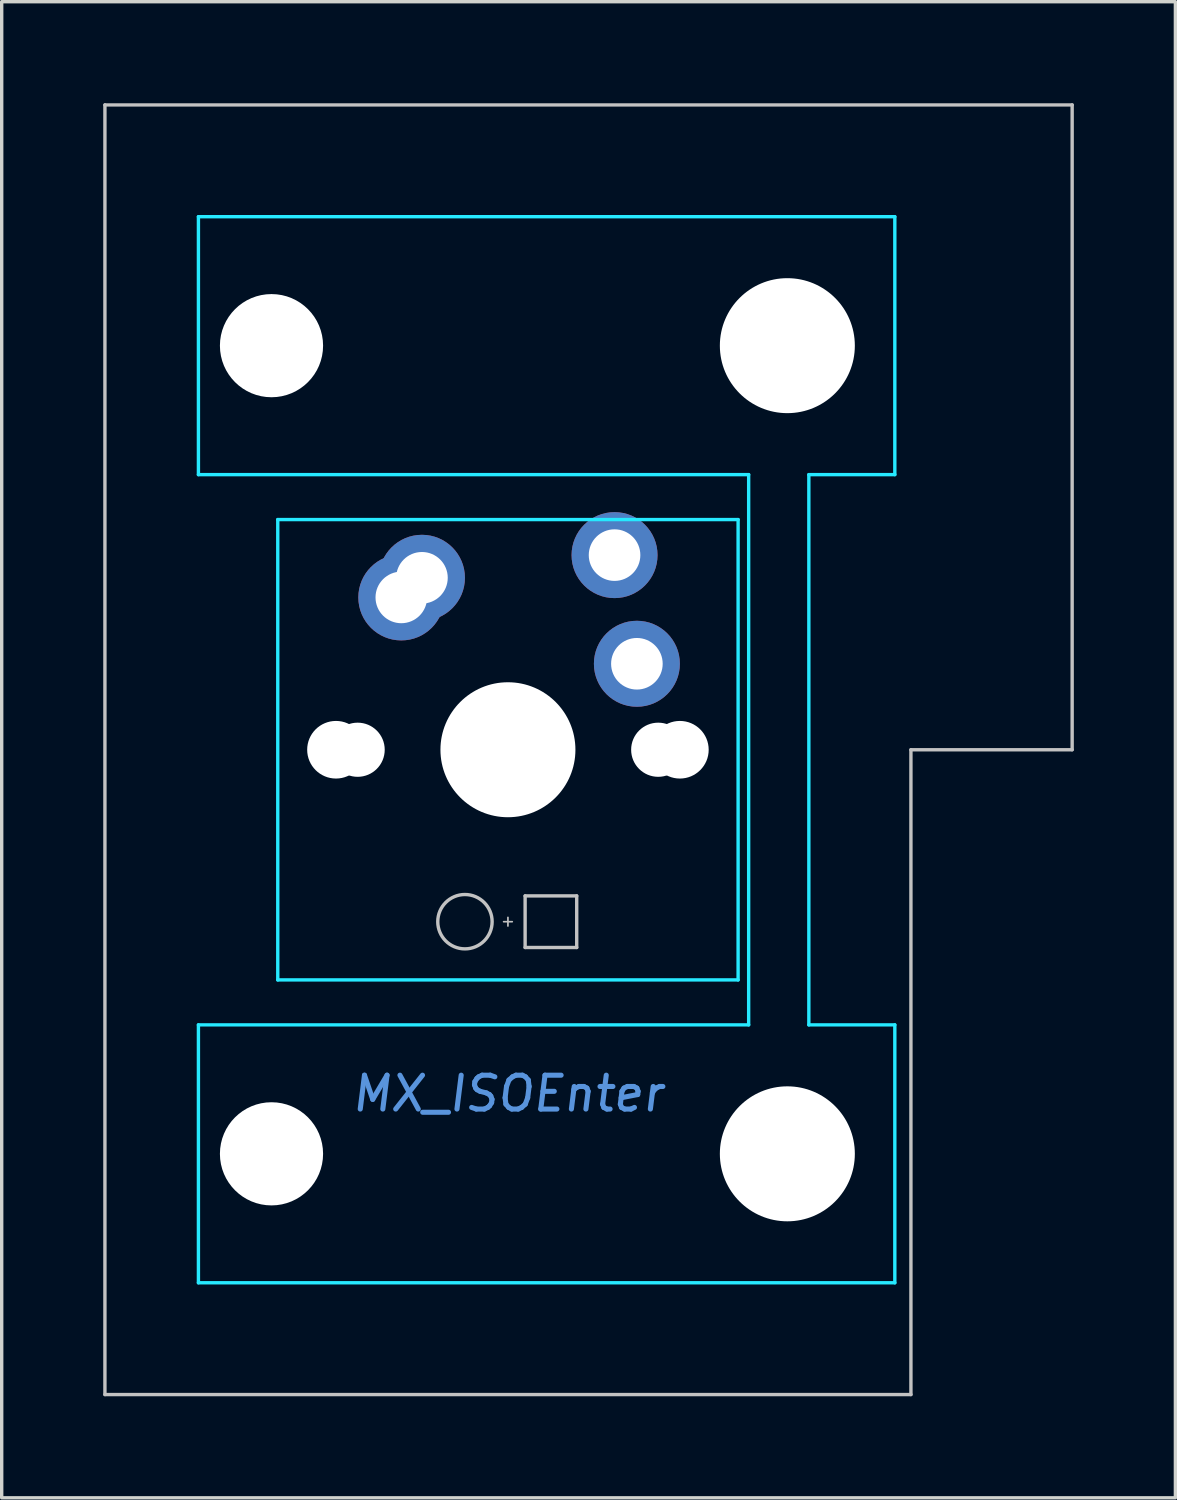
<source format=kicad_pcb>
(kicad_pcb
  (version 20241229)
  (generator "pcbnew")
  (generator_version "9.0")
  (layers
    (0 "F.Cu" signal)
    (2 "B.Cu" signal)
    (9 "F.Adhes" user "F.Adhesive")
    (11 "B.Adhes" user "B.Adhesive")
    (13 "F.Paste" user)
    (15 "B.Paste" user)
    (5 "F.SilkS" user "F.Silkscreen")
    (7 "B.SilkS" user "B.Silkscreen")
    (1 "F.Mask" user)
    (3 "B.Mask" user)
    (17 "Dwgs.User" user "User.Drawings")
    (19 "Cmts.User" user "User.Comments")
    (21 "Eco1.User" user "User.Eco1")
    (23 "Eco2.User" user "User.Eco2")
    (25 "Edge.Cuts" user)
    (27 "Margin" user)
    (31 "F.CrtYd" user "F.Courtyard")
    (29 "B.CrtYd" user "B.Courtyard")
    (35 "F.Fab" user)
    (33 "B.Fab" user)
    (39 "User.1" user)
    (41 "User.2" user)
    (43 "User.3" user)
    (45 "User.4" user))
  (footprint "MX_ISOEnter"
    (layer "F.Cu")
    (at 11.956 19.1)
    (property "Reference" "MX_ISOEnter" (at 0 10.16 0) (layer "Cmts.User") (effects (font (size 1 1) (thickness 0.15) (italic yes))))
    (attr through_hole)
    (fp_line (start -11.906 19.05) (end -11.906 -19.05) (stroke (width 0.1) (type solid)) (layer "Dwgs.User"))
    (fp_line (start 0 4.953) (end 0 5.207) (stroke (width 0.05) (type solid)) (layer "Dwgs.User"))
    (fp_line (start 0.127 5.08) (end -0.127 5.08) (stroke (width 0.05) (type solid)) (layer "Dwgs.User"))
    (fp_line (start 0.508 5.842) (end 0.508 4.318) (stroke (width 0.1) (type solid)) (layer "Dwgs.User"))
    (fp_line (start 0.508 5.842) (end 2.032 5.842) (stroke (width 0.1) (type solid)) (layer "Dwgs.User"))
    (fp_line (start 2.032 4.318) (end 0.508 4.318) (stroke (width 0.1) (type solid)) (layer "Dwgs.User"))
    (fp_line (start 2.032 5.842) (end 2.032 4.318) (stroke (width 0.1) (type solid)) (layer "Dwgs.User"))
    (fp_line (start 11.906 19.05) (end -11.906 19.05) (stroke (width 0.1) (type solid)) (layer "Dwgs.User"))
    (fp_line (start 11.906 19.05) (end 11.906 0) (stroke (width 0.1) (type solid)) (layer "Dwgs.User"))
    (fp_line (start 16.669 -19.05) (end -11.906 -19.05) (stroke (width 0.1) (type solid)) (layer "Dwgs.User"))
    (fp_line (start 16.669 0) (end 11.906 0) (stroke (width 0.1) (type solid)) (layer "Dwgs.User"))
    (fp_line (start 16.669 0) (end 16.669 -19.05) (stroke (width 0.1) (type solid)) (layer "Dwgs.User"))
    (fp_circle (center -1.27 5.08) (end -1.27 4.277) (stroke (width 0.1) (type solid)) (fill no) (layer "Dwgs.User"))
    (fp_line (start -6.985 -6.73) (end -6.985 6.732) (stroke (width 0.1) (type solid)) (layer "Eco1.User"))
    (fp_line (start -6.731 6.986) (end -5.852 6.986) (stroke (width 0.1) (type solid)) (layer "Eco1.User"))
    (fp_line (start -6.537 -15.651) (end -6.537 -9.09) (stroke (width 0.1) (type solid)) (layer "Eco1.User"))
    (fp_line (start -6.537 9.091) (end -6.537 15.652) (stroke (width 0.1) (type solid)) (layer "Eco1.User"))
    (fp_line (start -6.283 -8.836) (end -5.852 -8.836) (stroke (width 0.1) (type solid)) (layer "Eco1.User"))
    (fp_line (start -6.283 15.906) (end -3.423 15.906) (stroke (width 0.1) (type solid)) (layer "Eco1.User"))
    (fp_line (start -5.852 -6.984) (end -6.731 -6.984) (stroke (width 0.1) (type solid)) (layer "Eco1.User"))
    (fp_line (start -5.852 8.837) (end -6.283 8.837) (stroke (width 0.1) (type solid)) (layer "Eco1.User"))
    (fp_line (start -5.598 -8.582) (end -5.598 -7.238) (stroke (width 0.1) (type solid)) (layer "Eco1.User"))
    (fp_line (start -5.598 7.24) (end -5.598 8.583) (stroke (width 0.1) (type solid)) (layer "Eco1.User"))
    (fp_line (start -3.423 -15.905) (end -6.283 -15.905) (stroke (width 0.1) (type solid)) (layer "Eco1.User"))
    (fp_line (start -3.169 -16.492) (end -3.169 -16.159) (stroke (width 0.1) (type solid)) (layer "Eco1.User"))
    (fp_line (start -3.169 16.16) (end -3.169 16.494) (stroke (width 0.1) (type solid)) (layer "Eco1.User"))
    (fp_line (start -2.915 16.748) (end 0.563 16.748) (stroke (width 0.1) (type solid)) (layer "Eco1.User"))
    (fp_line (start -2.087 0.001) (end 2.104 0.001) (stroke (width 0.1) (type solid)) (layer "Eco1.User"))
    (fp_line (start -0.001 -2.158) (end -0.001 2.16) (stroke (width 0.1) (type solid)) (layer "Eco1.User"))
    (fp_line (start 0.563 -16.746) (end -2.915 -16.746) (stroke (width 0.1) (type solid)) (layer "Eco1.User"))
    (fp_line (start 0.817 -16.159) (end 0.817 -16.492) (stroke (width 0.1) (type solid)) (layer "Eco1.User"))
    (fp_line (start 0.817 16.494) (end 0.817 16.16) (stroke (width 0.1) (type solid)) (layer "Eco1.User"))
    (fp_line (start 1.071 15.906) (end 6.177 15.906) (stroke (width 0.1) (type solid)) (layer "Eco1.User"))
    (fp_line (start 5.757 -7.238) (end 5.757 -8.582) (stroke (width 0.1) (type solid)) (layer "Eco1.User"))
    (fp_line (start 5.757 8.583) (end 5.757 7.24) (stroke (width 0.1) (type solid)) (layer "Eco1.User"))
    (fp_line (start 6.011 -8.836) (end 6.289 -8.836) (stroke (width 0.1) (type solid)) (layer "Eco1.User"))
    (fp_line (start 6.011 6.986) (end 6.749 6.986) (stroke (width 0.1) (type solid)) (layer "Eco1.User"))
    (fp_line (start 6.177 -15.905) (end 1.071 -15.905) (stroke (width 0.1) (type solid)) (layer "Eco1.User"))
    (fp_line (start 6.289 8.837) (end 6.011 8.837) (stroke (width 0.1) (type solid)) (layer "Eco1.User"))
    (fp_line (start 6.431 -14.42) (end 6.431 -15.651) (stroke (width 0.1) (type solid)) (layer "Eco1.User"))
    (fp_line (start 6.431 15.652) (end 6.431 14.421) (stroke (width 0.1) (type solid)) (layer "Eco1.User"))
    (fp_line (start 6.543 -9.09) (end 6.543 -10.265) (stroke (width 0.1) (type solid)) (layer "Eco1.User"))
    (fp_line (start 6.543 10.266) (end 6.543 9.091) (stroke (width 0.1) (type solid)) (layer "Eco1.User"))
    (fp_line (start 6.685 14.167) (end 7.805 14.167) (stroke (width 0.1) (type solid)) (layer "Eco1.User"))
    (fp_line (start 6.749 -6.984) (end 6.011 -6.984) (stroke (width 0.1) (type solid)) (layer "Eco1.User"))
    (fp_line (start 6.797 -10.519) (end 7.805 -10.519) (stroke (width 0.1) (type solid)) (layer "Eco1.User"))
    (fp_line (start 7.003 6.732) (end 7.003 -6.73) (stroke (width 0.1) (type solid)) (layer "Eco1.User"))
    (fp_line (start 7.805 -14.166) (end 6.685 -14.166) (stroke (width 0.1) (type solid)) (layer "Eco1.User"))
    (fp_line (start 7.805 10.52) (end 6.797 10.52) (stroke (width 0.1) (type solid)) (layer "Eco1.User"))
    (fp_line (start 8.059 -10.773) (end 8.059 -13.912) (stroke (width 0.1) (type solid)) (layer "Eco1.User"))
    (fp_line (start 8.059 13.913) (end 8.059 10.774) (stroke (width 0.1) (type solid)) (layer "Eco1.User"))
    (fp_arc (start -6.985 -6.730206) (mid -6.910605 -6.909811) (end -6.731 -6.984206) (stroke (width 0.1) (type solid)) (layer "Eco1.User"))
    (fp_arc (start -6.731 6.985812) (mid -6.910605 6.911417) (end -6.985 6.731812) (stroke (width 0.1) (type solid)) (layer "Eco1.User"))
    (fp_arc (start -6.537389 -15.650819) (mid -6.462994 -15.830424) (end -6.283389 -15.904819) (stroke (width 0.1) (type solid)) (layer "Eco1.User"))
    (fp_arc (start -6.537389 9.09126) (mid -6.462994 8.911655) (end -6.283389 8.83726) (stroke (width 0.1) (type solid)) (layer "Eco1.User"))
    (fp_arc (start -6.283389 -8.835655) (mid -6.462994 -8.91005) (end -6.537389 -9.089655) (stroke (width 0.1) (type solid)) (layer "Eco1.User"))
    (fp_arc (start -6.283389 15.906426) (mid -6.462994 15.832031) (end -6.537389 15.652426) (stroke (width 0.1) (type solid)) (layer "Eco1.User"))
    (fp_arc (start -5.851639 -8.835655) (mid -5.672034 -8.76126) (end -5.597639 -8.581655) (stroke (width 0.1) (type solid)) (layer "Eco1.User"))
    (fp_arc (start -5.851639 6.985812) (mid -5.672034 7.060207) (end -5.597639 7.239812) (stroke (width 0.1) (type solid)) (layer "Eco1.User"))
    (fp_arc (start -5.597639 -7.238206) (mid -5.672034 -7.058601) (end -5.851639 -6.984206) (stroke (width 0.1) (type solid)) (layer "Eco1.User"))
    (fp_arc (start -5.597639 8.58326) (mid -5.672034 8.762865) (end -5.851639 8.83726) (stroke (width 0.1) (type solid)) (layer "Eco1.User"))
    (fp_arc (start -3.423367 15.906426) (mid -3.243762 15.980821) (end -3.169367 16.160426) (stroke (width 0.1) (type solid)) (layer "Eco1.User"))
    (fp_arc (start -3.169367 -16.492386) (mid -3.094972 -16.671991) (end -2.915367 -16.746386) (stroke (width 0.1) (type solid)) (layer "Eco1.User"))
    (fp_arc (start -3.169367 -16.158819) (mid -3.243762 -15.979214) (end -3.423367 -15.904819) (stroke (width 0.1) (type solid)) (layer "Eco1.User"))
    (fp_arc (start -2.915367 16.747995) (mid -3.094972 16.6736) (end -3.169367 16.493995) (stroke (width 0.1) (type solid)) (layer "Eco1.User"))
    (fp_arc (start 0.562684 -16.746386) (mid 0.742289 -16.671991) (end 0.816684 -16.492386) (stroke (width 0.1) (type solid)) (layer "Eco1.User"))
    (fp_arc (start 0.816684 16.160426) (mid 0.891079 15.980821) (end 1.070684 15.906426) (stroke (width 0.1) (type solid)) (layer "Eco1.User"))
    (fp_arc (start 0.816684 16.493995) (mid 0.742289 16.6736) (end 0.562684 16.747995) (stroke (width 0.1) (type solid)) (layer "Eco1.User"))
    (fp_arc (start 1.070684 -15.904819) (mid 0.891079 -15.979214) (end 0.816684 -16.158819) (stroke (width 0.1) (type solid)) (layer "Eco1.User"))
    (fp_arc (start 5.757382 -8.581655) (mid 5.831777 -8.76126) (end 6.011382 -8.835655) (stroke (width 0.1) (type solid)) (layer "Eco1.User"))
    (fp_arc (start 5.757382 7.239812) (mid 5.831777 7.060207) (end 6.011382 6.985812) (stroke (width 0.1) (type solid)) (layer "Eco1.User"))
    (fp_arc (start 6.011382 -6.984206) (mid 5.831777 -7.058601) (end 5.757382 -7.238206) (stroke (width 0.1) (type solid)) (layer "Eco1.User"))
    (fp_arc (start 6.011382 8.83726) (mid 5.831777 8.762865) (end 5.757382 8.58326) (stroke (width 0.1) (type solid)) (layer "Eco1.User"))
    (fp_arc (start 6.176634 -15.904819) (mid 6.356239 -15.830424) (end 6.430634 -15.650819) (stroke (width 0.1) (type solid)) (layer "Eco1.User"))
    (fp_arc (start 6.288846 8.83726) (mid 6.468451 8.911655) (end 6.542846 9.09126) (stroke (width 0.1) (type solid)) (layer "Eco1.User"))
    (fp_arc (start 6.430634 14.421189) (mid 6.505029 14.241584) (end 6.684634 14.167189) (stroke (width 0.1) (type solid)) (layer "Eco1.User"))
    (fp_arc (start 6.430634 15.652426) (mid 6.356239 15.832031) (end 6.176634 15.906426) (stroke (width 0.1) (type solid)) (layer "Eco1.User"))
    (fp_arc (start 6.542846 -10.264789) (mid 6.617241 -10.444394) (end 6.796846 -10.518789) (stroke (width 0.1) (type solid)) (layer "Eco1.User"))
    (fp_arc (start 6.542846 -9.089655) (mid 6.468451 -8.91005) (end 6.288846 -8.835655) (stroke (width 0.1) (type solid)) (layer "Eco1.User"))
    (fp_arc (start 6.684634 -14.16558) (mid 6.505029 -14.239975) (end 6.430634 -14.41958) (stroke (width 0.1) (type solid)) (layer "Eco1.User"))
    (fp_arc (start 6.748758 -6.984206) (mid 6.928363 -6.909811) (end 7.002758 -6.730206) (stroke (width 0.1) (type solid)) (layer "Eco1.User"))
    (fp_arc (start 6.796846 10.520399) (mid 6.617241 10.446004) (end 6.542846 10.266399) (stroke (width 0.1) (type solid)) (layer "Eco1.User"))
    (fp_arc (start 7.002758 6.731812) (mid 6.928363 6.911417) (end 6.748758 6.985812) (stroke (width 0.1) (type solid)) (layer "Eco1.User"))
    (fp_arc (start 7.80542 -14.16558) (mid 7.985025 -14.091185) (end 8.05942 -13.91158) (stroke (width 0.1) (type solid)) (layer "Eco1.User"))
    (fp_arc (start 7.80542 10.520399) (mid 7.985025 10.594794) (end 8.05942 10.774399) (stroke (width 0.1) (type solid)) (layer "Eco1.User"))
    (fp_arc (start 8.05942 -10.772789) (mid 7.985025 -10.593184) (end 7.80542 -10.518789) (stroke (width 0.1) (type solid)) (layer "Eco1.User"))
    (fp_arc (start 8.05942 13.913189) (mid 7.985025 14.092794) (end 7.80542 14.167189) (stroke (width 0.1) (type solid)) (layer "Eco1.User"))
    (fp_circle (center 0 0) (end 0 -1.904) (stroke (width 0.1) (type solid)) (fill no) (layer "Eco1.User"))
    (fp_line (start -9.144 -15.748) (end 11.43 -15.748) (stroke (width 0.1) (type solid)) (layer "B.CrtYd"))
    (fp_line (start -9.144 -8.128) (end -9.144 -15.748) (stroke (width 0.1) (type solid)) (layer "B.CrtYd"))
    (fp_line (start -9.144 -8.128) (end 7.112 -8.128) (stroke (width 0.1) (type solid)) (layer "B.CrtYd"))
    (fp_line (start -9.144 8.128) (end 7.112 8.128) (stroke (width 0.1) (type solid)) (layer "B.CrtYd"))
    (fp_line (start -9.144 15.748) (end -9.144 8.128) (stroke (width 0.1) (type solid)) (layer "B.CrtYd"))
    (fp_line (start -6.8 6.8) (end -6.8 -6.8) (stroke (width 0.1) (type solid)) (layer "B.CrtYd"))
    (fp_line (start 6.8 -6.8) (end -6.8 -6.8) (stroke (width 0.1) (type solid)) (layer "B.CrtYd"))
    (fp_line (start 6.8 6.8) (end -6.8 6.8) (stroke (width 0.1) (type solid)) (layer "B.CrtYd"))
    (fp_line (start 6.8 6.8) (end 6.8 -6.8) (stroke (width 0.1) (type solid)) (layer "B.CrtYd"))
    (fp_line (start 7.112 8.128) (end 7.112 -8.128) (stroke (width 0.1) (type solid)) (layer "B.CrtYd"))
    (fp_line (start 8.89 8.128) (end 8.89 -8.128) (stroke (width 0.1) (type solid)) (layer "B.CrtYd"))
    (fp_line (start 11.43 -15.748) (end 11.43 -8.128) (stroke (width 0.1) (type solid)) (layer "B.CrtYd"))
    (fp_line (start 11.43 -8.128) (end 8.89 -8.128) (stroke (width 0.1) (type solid)) (layer "B.CrtYd"))
    (fp_line (start 11.43 8.128) (end 8.89 8.128) (stroke (width 0.1) (type solid)) (layer "B.CrtYd"))
    (fp_line (start 11.43 8.128) (end 11.43 15.748) (stroke (width 0.1) (type solid)) (layer "B.CrtYd"))
    (fp_line (start 11.43 15.748) (end -9.144 15.748) (stroke (width 0.1) (type solid)) (layer "B.CrtYd"))
    (pad "" np_thru_hole circle (at -6.985 -11.938 90) (size 3.048 3.048) (drill 3.048) (layers "*.Cu" "*.Mask"))
    (pad "" np_thru_hole circle (at -6.985 11.938 90) (size 3.048 3.048) (drill 3.048) (layers "*.Cu" "*.Mask"))
    (pad "" np_thru_hole circle (at -5.08 0 270) (size 1.702 1.702) (drill 1.702) (layers "*.Cu" "*.Mask"))
    (pad "" np_thru_hole circle (at -4.44 0 270) (size 1.6 1.6) (drill 1.6) (layers "*.Cu" "*.Mask"))
    (pad "" np_thru_hole circle (at 0 0) (size 3.988 3.988) (drill 3.988) (layers "*.Cu" "*.Mask"))
    (pad "" np_thru_hole circle (at 4.44 0 270) (size 1.6 1.6) (drill 1.6) (layers "*.Cu" "*.Mask"))
    (pad "" np_thru_hole circle (at 5.08 0 270) (size 1.702 1.702) (drill 1.702) (layers "*.Cu" "*.Mask"))
    (pad "" np_thru_hole circle (at 8.255 -11.938 90) (size 3.988 3.988) (drill 3.988) (layers "*.Cu" "*.Mask"))
    (pad "" np_thru_hole circle (at 8.255 11.938 90) (size 3.988 3.988) (drill 3.988) (layers "*.Cu" "*.Mask"))
    (pad "1" thru_hole circle (at -3.15 -4.5 270) (size 2.54 2.54) (drill 1.524) (layers "*.Cu" "*.Mask"))
    (pad "1" thru_hole circle (at -2.54 -5.08 270) (size 2.54 2.54) (drill 1.524) (layers "*.Cu" "*.Mask"))
    (pad "2" thru_hole circle (at 3.15 -5.75 270) (size 2.54 2.54) (drill 1.524) (layers "*.Cu" "*.Mask"))
    (pad "2" thru_hole circle (at 3.81 -2.54 270) (size 2.54 2.54) (drill 1.524) (layers "*.Cu" "*.Mask")))
  (gr_rect
    (start -3 -3)
    (end 31.675 41.2)
    (stroke (width 0.1) (type default))
    (fill no)
    (layer "Edge.Cuts")))
</source>
